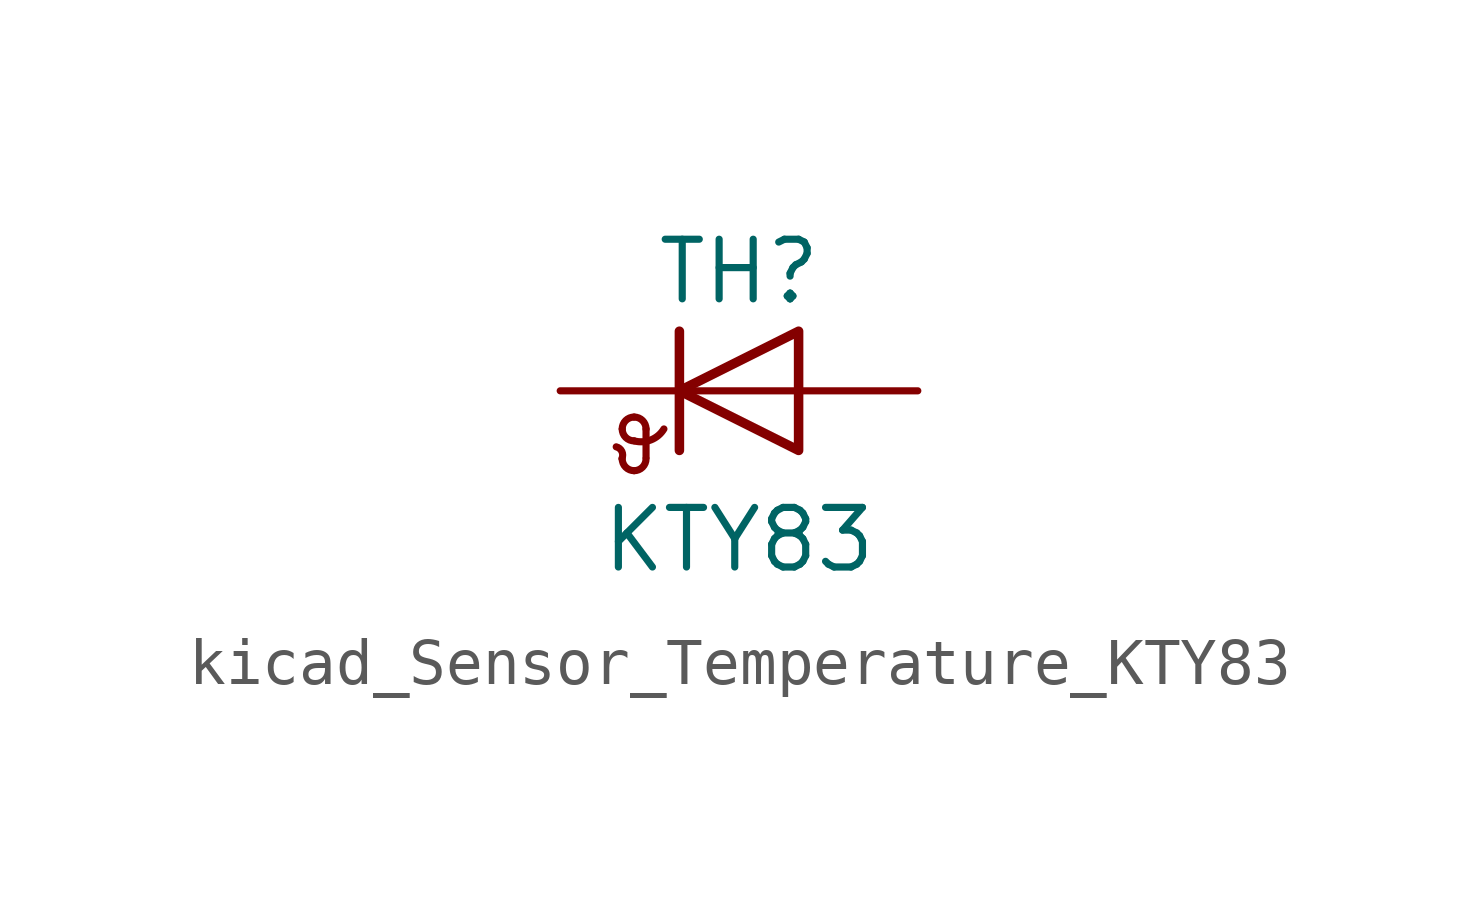
<source format=kicad_sym>
(kicad_symbol_lib
  (version 20220914)
  (generator kicad_symbol_editor)
  (symbol "kicad_Sensor_Temperature_KTY83"
    (pin_numbers hide)
    (pin_names
      (offset 0) hide)
    (property "Reference" "TH"
      (at 0 2.54 0)
      (effects (font (size 1.27 1.27))))
    (property "Value" "KTY83"
      (at 0 -3.175 0)
      (effects (font (size 1.27 1.27))))
    (symbol "kicad_Sensor_Temperature_KTY83_0_1"
      (arc (start -2.4892 -1.4478) (mid -2.4907 -1.2925) (end -2.6162 -1.1938) (stroke (width 0) (type default)) (fill (type none)))
      (arc (start -2.4892 -1.4478) (mid -2.4148 -1.6274) (end -2.2352 -1.7018) (stroke (width 0) (type default)) (fill (type none)))
      (arc (start -2.4892 -0.8128) (mid -2.4148 -0.9924) (end -2.2352 -1.0668) (stroke (width 0) (type default)) (fill (type none)))
      (arc (start -2.2352 -1.7018) (mid -2.0556 -1.6274) (end -1.9812 -1.4478) (stroke (width 0) (type default)) (fill (type none)))
      (arc (start -2.2352 -1.0668) (mid -1.8805 -1.0481) (end -1.6002 -0.8128) (stroke (width 0) (type default)) (fill (type none)))
      (arc (start -2.2352 -0.5588) (mid -2.4148 -0.6332) (end -2.4892 -0.8128) (stroke (width 0) (type default)) (fill (type none)))
      (arc (start -1.9812 -0.8128) (mid -2.0556 -0.6332) (end -2.2352 -0.5588) (stroke (width 0) (type default)) (fill (type none)))
      (polyline (pts (xy -1.981 -1.422) (xy -1.981 -0.813)) (stroke (width 0) (type default)) (fill (type none)))
      (polyline (pts (xy -1.27 1.27) (xy -1.27 -1.27)) (stroke (width 0.203) (type default)) (fill (type none)))
      (polyline (pts (xy 1.27 0) (xy -1.27 0)) (stroke (width 0) (type default)) (fill (type none)))
      (polyline (pts (xy 1.27 -1.27) (xy 1.27 1.27) (xy -1.27 0) (xy 1.27 -1.27)) (stroke (width 0.203) (type default)) (fill (type none))))
    (symbol "kicad_Sensor_Temperature_KTY83_1_1"
      (pin passive line (at -3.81 0 0) (length 2.54) (name "K" (effects (font (size 1.27 1.27)))) (number "1" (effects (font (size 1.27 1.27)))))
      (pin passive line (at 3.81 0 180) (length 2.54) (name "A" (effects (font (size 1.27 1.27)))) (number "2" (effects (font (size 1.27 1.27))))))))
</source>
